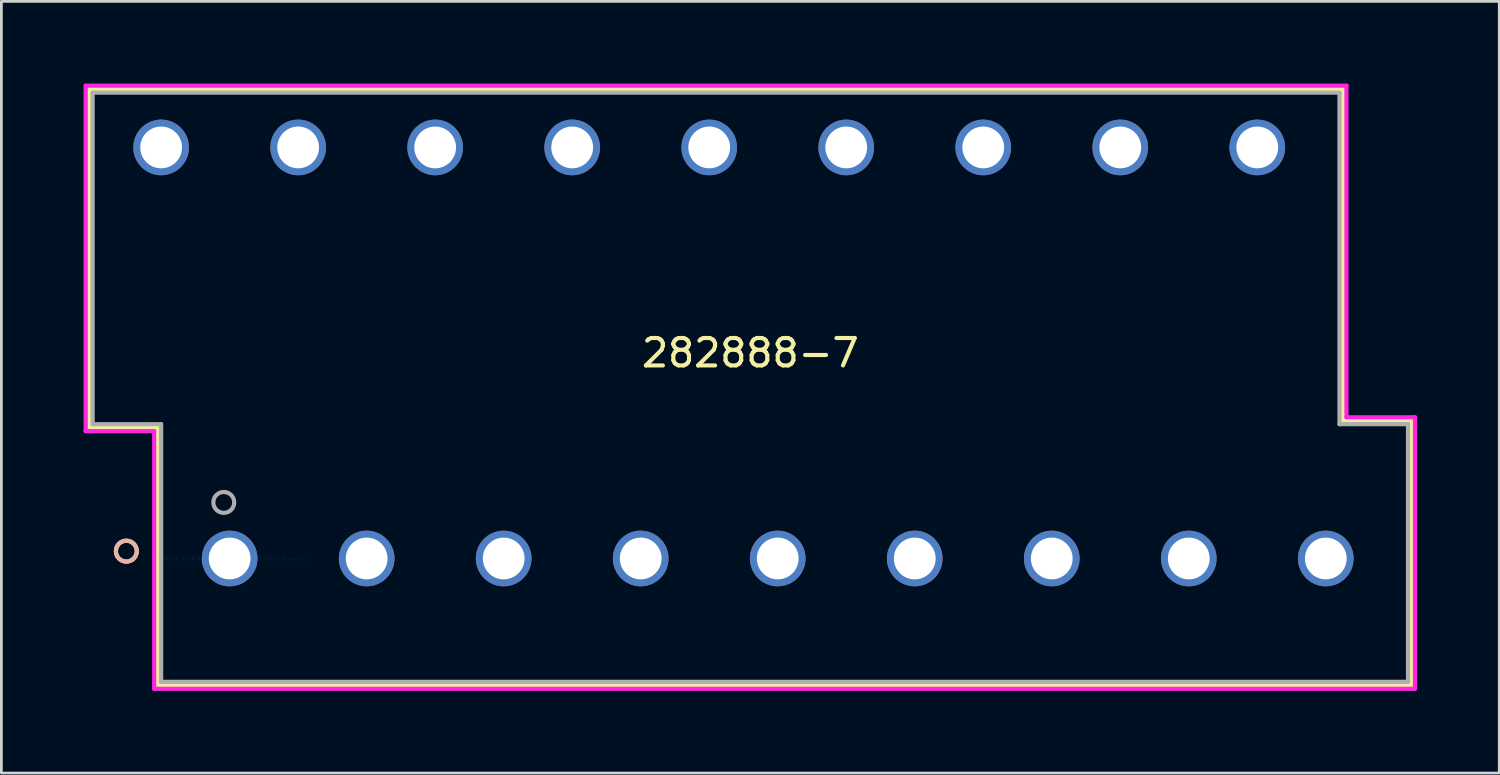
<source format=kicad_pcb>
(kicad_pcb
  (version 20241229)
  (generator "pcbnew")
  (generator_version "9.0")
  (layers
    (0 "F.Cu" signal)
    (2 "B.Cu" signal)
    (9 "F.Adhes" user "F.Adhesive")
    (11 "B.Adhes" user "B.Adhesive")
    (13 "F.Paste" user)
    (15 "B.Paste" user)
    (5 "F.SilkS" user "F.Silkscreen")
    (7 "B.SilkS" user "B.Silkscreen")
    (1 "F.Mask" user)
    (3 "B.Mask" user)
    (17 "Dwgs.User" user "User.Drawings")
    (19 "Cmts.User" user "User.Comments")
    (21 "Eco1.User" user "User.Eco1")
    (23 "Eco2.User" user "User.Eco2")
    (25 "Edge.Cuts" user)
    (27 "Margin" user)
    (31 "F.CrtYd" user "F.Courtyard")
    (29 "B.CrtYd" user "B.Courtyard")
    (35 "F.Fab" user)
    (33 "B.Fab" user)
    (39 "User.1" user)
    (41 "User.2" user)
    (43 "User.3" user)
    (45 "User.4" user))
  (footprint "282888-7"
    (layer "F.Cu")
    (at 5.33 17.33)
    (property "Reference" "282888-7" (at 19 -7.5 0) (layer "F.SilkS") (effects (font (size 1 1) (thickness 0.15))))
    (attr through_hole)
    (fp_line (start -5.127 -17.127) (end 40.627 -17.127) (stroke (width 0.152) (type solid)) (layer "F.SilkS"))
    (fp_line (start -5.127 -4.773) (end -5.127 -17.127) (stroke (width 0.152) (type solid)) (layer "F.SilkS"))
    (fp_line (start -2.627 -4.773) (end -5.127 -4.773) (stroke (width 0.152) (type solid)) (layer "F.SilkS"))
    (fp_line (start -2.627 4.627) (end -2.627 -4.773) (stroke (width 0.152) (type solid)) (layer "F.SilkS"))
    (fp_line (start 40.627 -17.127) (end 40.627 -5.027) (stroke (width 0.152) (type solid)) (layer "F.SilkS"))
    (fp_line (start 40.627 -5.027) (end 43.127 -5.027) (stroke (width 0.152) (type solid)) (layer "F.SilkS"))
    (fp_line (start 43.127 -5.027) (end 43.127 4.627) (stroke (width 0.152) (type solid)) (layer "F.SilkS"))
    (fp_line (start 43.127 4.627) (end -2.627 4.627) (stroke (width 0.152) (type solid)) (layer "F.SilkS"))
    (fp_circle (center -3.77 -0.268) (end -3.389 -0.268) (stroke (width 0.152) (type solid)) (fill no) (layer "F.SilkS"))
    (fp_circle (center -3.77 -0.268) (end -3.389 -0.268) (stroke (width 0.152) (type solid)) (fill no) (layer "B.SilkS"))
    (fp_line (start -5.254 -17.254) (end -5.254 -4.646) (stroke (width 0.152) (type solid)) (layer "F.CrtYd"))
    (fp_line (start -5.254 -4.646) (end -2.754 -4.646) (stroke (width 0.152) (type solid)) (layer "F.CrtYd"))
    (fp_line (start -2.754 -4.646) (end -2.754 4.754) (stroke (width 0.152) (type solid)) (layer "F.CrtYd"))
    (fp_line (start -2.754 4.754) (end 43.254 4.754) (stroke (width 0.152) (type solid)) (layer "F.CrtYd"))
    (fp_line (start 40.754 -17.254) (end -5.254 -17.254) (stroke (width 0.152) (type solid)) (layer "F.CrtYd"))
    (fp_line (start 40.754 -5.154) (end 40.754 -17.254) (stroke (width 0.152) (type solid)) (layer "F.CrtYd"))
    (fp_line (start 43.254 -5.154) (end 40.754 -5.154) (stroke (width 0.152) (type solid)) (layer "F.CrtYd"))
    (fp_line (start 43.254 4.754) (end 43.254 -5.154) (stroke (width 0.152) (type solid)) (layer "F.CrtYd"))
    (fp_line (start -5 -17) (end -5 -4.9) (stroke (width 0.152) (type solid)) (layer "F.Fab"))
    (fp_line (start -5 -17) (end 40.5 -17) (stroke (width 0.152) (type solid)) (layer "F.Fab"))
    (fp_line (start -5 -4.9) (end -2.5 -4.9) (stroke (width 0.152) (type solid)) (layer "F.Fab"))
    (fp_line (start -2.5 -4.9) (end -2.5 4.5) (stroke (width 0.152) (type solid)) (layer "F.Fab"))
    (fp_line (start 40.5 -17) (end 40.5 -4.9) (stroke (width 0.152) (type solid)) (layer "F.Fab"))
    (fp_line (start 40.5 -4.9) (end 43 -4.9) (stroke (width 0.152) (type solid)) (layer "F.Fab"))
    (fp_line (start 43 -4.9) (end 43 4.5) (stroke (width 0.152) (type solid)) (layer "F.Fab"))
    (fp_line (start 43 4.5) (end -2.5 4.5) (stroke (width 0.152) (type solid)) (layer "F.Fab"))
    (fp_circle (center -0.214 -2.046) (end 0.167 -2.046) (stroke (width 0.152) (type solid)) (fill no) (layer "F.Fab"))
    (fp_text user "*" (at 0 0 0) (layer "F.SilkS") (effects (font (size 1 1) (thickness 0.15))))
    (fp_text user "Copyright 2016 Accelerated Designs. All rights reserved." (at 0 0 0) (layer "Cmts.User") (effects (font (size 0.127 0.127) (thickness 0.002))))
    (fp_text user "*" (at 0 0 0) (layer "F.Fab") (effects (font (size 1 1) (thickness 0.15))))
    (pad "1" thru_hole circle (at 0 0) (size 2.032 2.032) (drill 1.524) (layers "*.Cu" "*.Mask"))
    (pad "2" thru_hole circle (at 5 0) (size 2.032 2.032) (drill 1.524) (layers "*.Cu" "*.Mask"))
    (pad "3" thru_hole circle (at 10 0) (size 2.032 2.032) (drill 1.524) (layers "*.Cu" "*.Mask"))
    (pad "4" thru_hole circle (at 15 0) (size 2.032 2.032) (drill 1.524) (layers "*.Cu" "*.Mask"))
    (pad "5" thru_hole circle (at 20 0) (size 2.032 2.032) (drill 1.524) (layers "*.Cu" "*.Mask"))
    (pad "6" thru_hole circle (at 25 0) (size 2.032 2.032) (drill 1.524) (layers "*.Cu" "*.Mask"))
    (pad "7" thru_hole circle (at 30 0) (size 2.032 2.032) (drill 1.524) (layers "*.Cu" "*.Mask"))
    (pad "8" thru_hole circle (at 35 0) (size 2.032 2.032) (drill 1.524) (layers "*.Cu" "*.Mask"))
    (pad "9" thru_hole circle (at 40 0) (size 2.032 2.032) (drill 1.524) (layers "*.Cu" "*.Mask"))
    (pad "10" thru_hole circle (at -2.5 -15) (size 2.032 2.032) (drill 1.524) (layers "*.Cu" "*.Mask"))
    (pad "11" thru_hole circle (at 2.5 -15) (size 2.032 2.032) (drill 1.524) (layers "*.Cu" "*.Mask"))
    (pad "12" thru_hole circle (at 7.5 -15) (size 2.032 2.032) (drill 1.524) (layers "*.Cu" "*.Mask"))
    (pad "13" thru_hole circle (at 12.5 -15) (size 2.032 2.032) (drill 1.524) (layers "*.Cu" "*.Mask"))
    (pad "14" thru_hole circle (at 17.5 -15) (size 2.032 2.032) (drill 1.524) (layers "*.Cu" "*.Mask"))
    (pad "15" thru_hole circle (at 22.5 -15) (size 2.032 2.032) (drill 1.524) (layers "*.Cu" "*.Mask"))
    (pad "16" thru_hole circle (at 27.5 -15) (size 2.032 2.032) (drill 1.524) (layers "*.Cu" "*.Mask"))
    (pad "17" thru_hole circle (at 32.5 -15) (size 2.032 2.032) (drill 1.524) (layers "*.Cu" "*.Mask"))
    (pad "18" thru_hole circle (at 37.5 -15) (size 2.032 2.032) (drill 1.524) (layers "*.Cu" "*.Mask")))
  (gr_rect
    (start -3 -3)
    (end 51.66 25.16)
    (stroke (width 0.1) (type default))
    (fill no)
    (layer "Edge.Cuts")))
</source>
